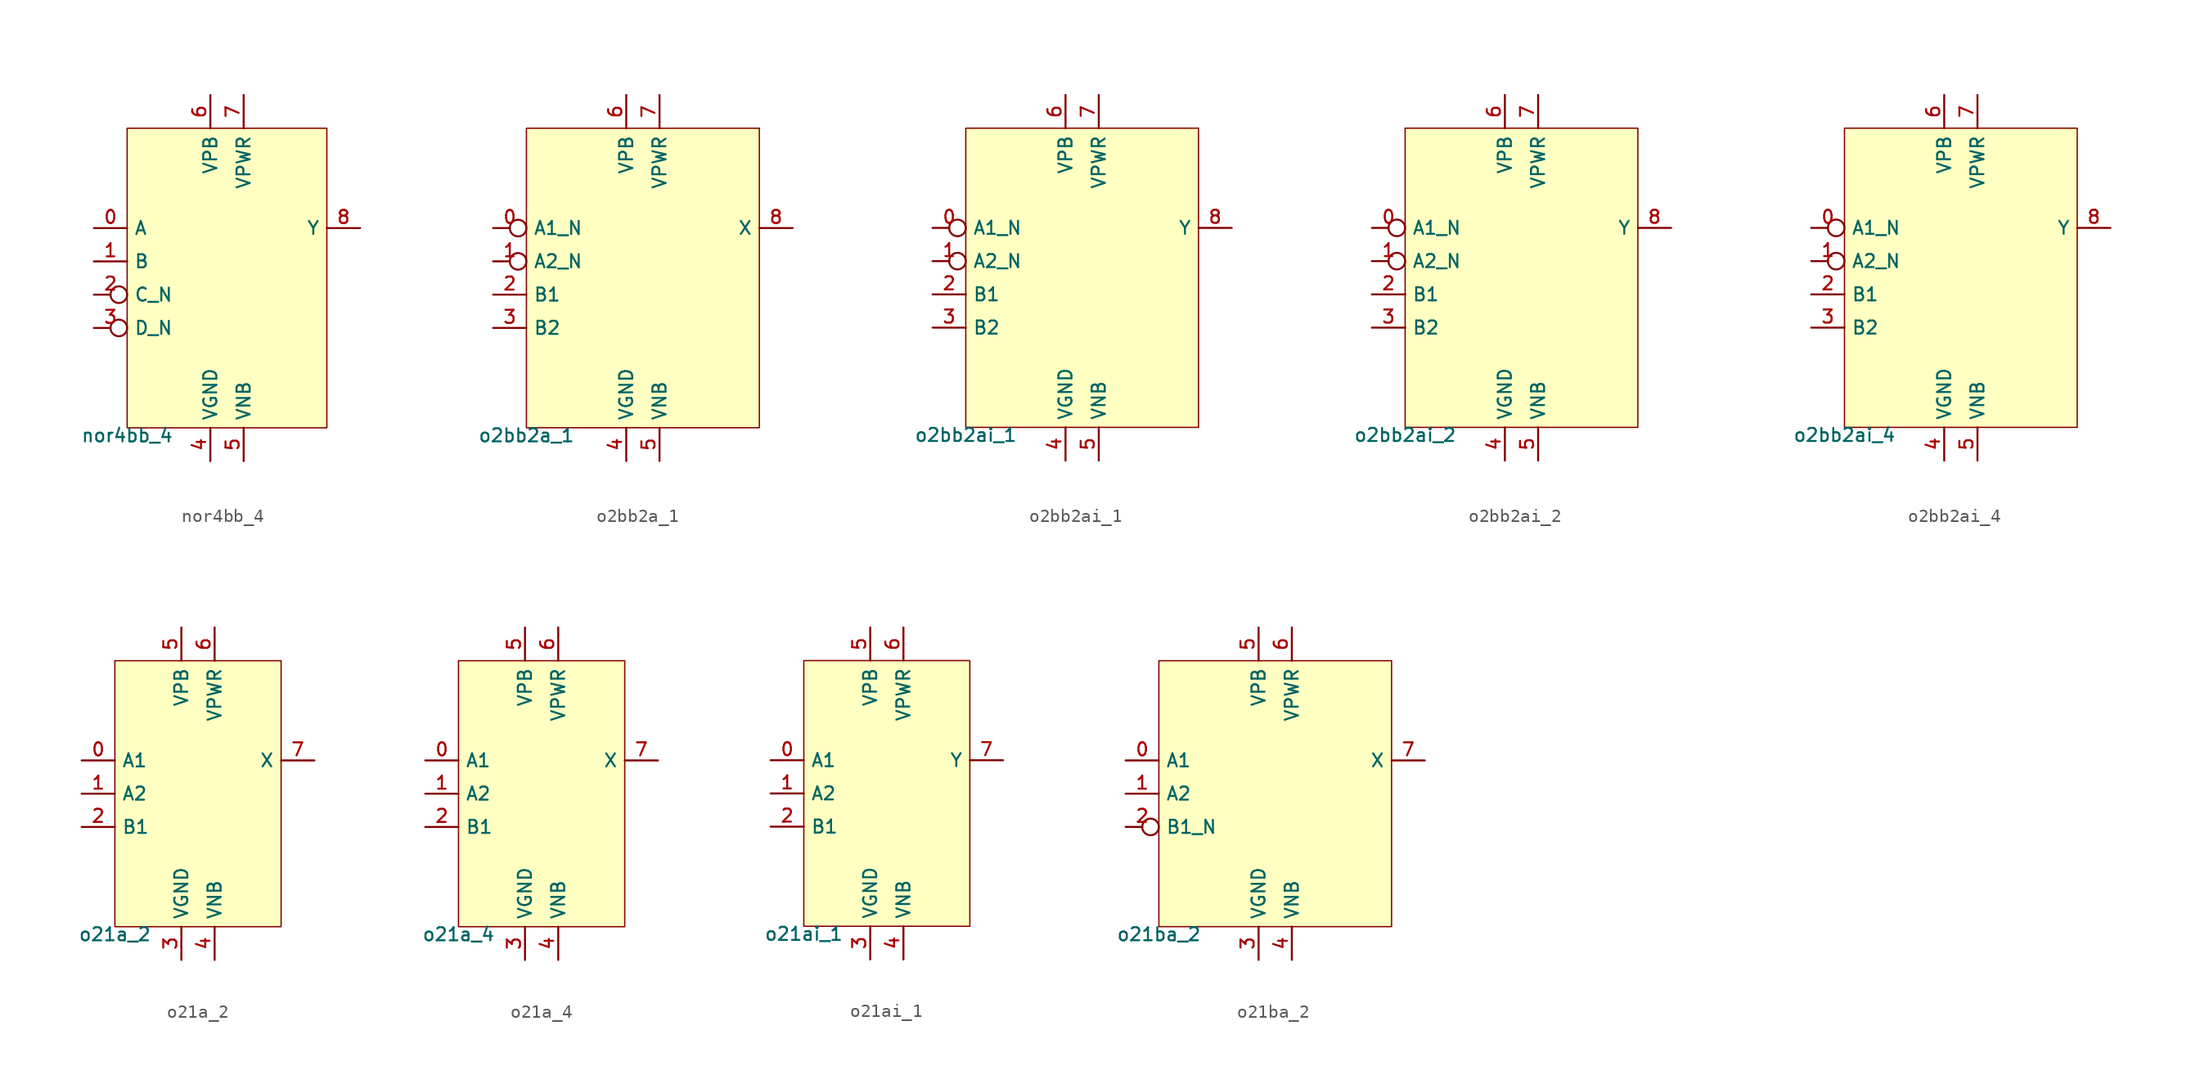
<source format=kicad_sym>
(kicad_symbol_lib
  (version 20211014)
  (generator pdk2kicad)
  (symbol "nor4bb_4"
    (property "Reference" "X"
      (at 0 0 0)
      (effects (font (size 1 1)) hide))
    (property "Value" "nor4bb_4"
      (at -7.62 -11.43 0)
      (effects (font (size 1 1)) (justify top)))
    (rectangle
      (start -7.62 -11.43)
      (end 7.62 11.43)
      (stroke (width 0.1) (type solid) (color 0 0 0 0))
      (fill (type background)))
    (pin input line
      (at -10.16 3.81 0)
      (length 2.54)
      (name "A" (effects (font (size 1 1)) hide))
      (number "0" (effects (font (size 1 1)) hide)))
    (pin input line
      (at -10.16 1.27 0)
      (length 2.54)
      (name "B" (effects (font (size 1 1)) hide))
      (number "1" (effects (font (size 1 1)) hide)))
    (pin input inverted
      (at -10.16 -1.27 0)
      (length 2.54)
      (name "C_N" (effects (font (size 1 1)) hide))
      (number "2" (effects (font (size 1 1)) hide)))
    (pin input inverted
      (at -10.16 -3.81 0)
      (length 2.54)
      (name "D_N" (effects (font (size 1 1)) hide))
      (number "3" (effects (font (size 1 1)) hide)))
    (pin power_in line
      (at -1.27 -13.97 90)
      (length 2.54)
      (name "VGND" (effects (font (size 1 1)) hide))
      (number "4" (effects (font (size 1 1)) hide)))
    (pin power_in line
      (at 1.27 -13.97 90)
      (length 2.54)
      (name "VNB" (effects (font (size 1 1)) hide))
      (number "5" (effects (font (size 1 1)) hide)))
    (pin power_in line
      (at -1.27 13.97 270)
      (length 2.54)
      (name "VPB" (effects (font (size 1 1)) hide))
      (number "6" (effects (font (size 1 1)) hide)))
    (pin power_in line
      (at 1.27 13.97 270)
      (length 2.54)
      (name "VPWR" (effects (font (size 1 1)) hide))
      (number "7" (effects (font (size 1 1)) hide)))
    (pin output line
      (at 10.16 3.81 180)
      (length 2.54)
      (name "Y" (effects (font (size 1 1)) hide))
      (number "8" (effects (font (size 1 1)) hide))))
  (symbol "o2bb2a_1"
    (property "Reference" "X"
      (at 0 0 0)
      (effects (font (size 1 1)) hide))
    (property "Value" "o2bb2a_1"
      (at -8.89 -11.43 0)
      (effects (font (size 1 1)) (justify top)))
    (rectangle
      (start -8.89 -11.43)
      (end 8.89 11.43)
      (stroke (width 0.1) (type solid) (color 0 0 0 0))
      (fill (type background)))
    (pin input inverted
      (at -11.43 3.81 0)
      (length 2.54)
      (name "A1_N" (effects (font (size 1 1)) hide))
      (number "0" (effects (font (size 1 1)) hide)))
    (pin input inverted
      (at -11.43 1.27 0)
      (length 2.54)
      (name "A2_N" (effects (font (size 1 1)) hide))
      (number "1" (effects (font (size 1 1)) hide)))
    (pin input line
      (at -11.43 -1.27 0)
      (length 2.54)
      (name "B1" (effects (font (size 1 1)) hide))
      (number "2" (effects (font (size 1 1)) hide)))
    (pin input line
      (at -11.43 -3.81 0)
      (length 2.54)
      (name "B2" (effects (font (size 1 1)) hide))
      (number "3" (effects (font (size 1 1)) hide)))
    (pin power_in line
      (at -1.27 -13.97 90)
      (length 2.54)
      (name "VGND" (effects (font (size 1 1)) hide))
      (number "4" (effects (font (size 1 1)) hide)))
    (pin power_in line
      (at 1.27 -13.97 90)
      (length 2.54)
      (name "VNB" (effects (font (size 1 1)) hide))
      (number "5" (effects (font (size 1 1)) hide)))
    (pin power_in line
      (at -1.27 13.97 270)
      (length 2.54)
      (name "VPB" (effects (font (size 1 1)) hide))
      (number "6" (effects (font (size 1 1)) hide)))
    (pin power_in line
      (at 1.27 13.97 270)
      (length 2.54)
      (name "VPWR" (effects (font (size 1 1)) hide))
      (number "7" (effects (font (size 1 1)) hide)))
    (pin output line
      (at 11.43 3.81 180)
      (length 2.54)
      (name "X" (effects (font (size 1 1)) hide))
      (number "8" (effects (font (size 1 1)) hide))))
  (symbol "o2bb2ai_1"
    (property "Reference" "X"
      (at 0 0 0)
      (effects (font (size 1 1)) hide))
    (property "Value" "o2bb2ai_1"
      (at -8.89 -11.43 0)
      (effects (font (size 1 1)) (justify top)))
    (rectangle
      (start -8.89 -11.43)
      (end 8.89 11.43)
      (stroke (width 0.1) (type solid) (color 0 0 0 0))
      (fill (type background)))
    (pin input inverted
      (at -11.43 3.81 0)
      (length 2.54)
      (name "A1_N" (effects (font (size 1 1)) hide))
      (number "0" (effects (font (size 1 1)) hide)))
    (pin input inverted
      (at -11.43 1.27 0)
      (length 2.54)
      (name "A2_N" (effects (font (size 1 1)) hide))
      (number "1" (effects (font (size 1 1)) hide)))
    (pin input line
      (at -11.43 -1.27 0)
      (length 2.54)
      (name "B1" (effects (font (size 1 1)) hide))
      (number "2" (effects (font (size 1 1)) hide)))
    (pin input line
      (at -11.43 -3.81 0)
      (length 2.54)
      (name "B2" (effects (font (size 1 1)) hide))
      (number "3" (effects (font (size 1 1)) hide)))
    (pin power_in line
      (at -1.27 -13.97 90)
      (length 2.54)
      (name "VGND" (effects (font (size 1 1)) hide))
      (number "4" (effects (font (size 1 1)) hide)))
    (pin power_in line
      (at 1.27 -13.97 90)
      (length 2.54)
      (name "VNB" (effects (font (size 1 1)) hide))
      (number "5" (effects (font (size 1 1)) hide)))
    (pin power_in line
      (at -1.27 13.97 270)
      (length 2.54)
      (name "VPB" (effects (font (size 1 1)) hide))
      (number "6" (effects (font (size 1 1)) hide)))
    (pin power_in line
      (at 1.27 13.97 270)
      (length 2.54)
      (name "VPWR" (effects (font (size 1 1)) hide))
      (number "7" (effects (font (size 1 1)) hide)))
    (pin output line
      (at 11.43 3.81 180)
      (length 2.54)
      (name "Y" (effects (font (size 1 1)) hide))
      (number "8" (effects (font (size 1 1)) hide))))
  (symbol "o2bb2ai_2"
    (property "Reference" "X"
      (at 0 0 0)
      (effects (font (size 1 1)) hide))
    (property "Value" "o2bb2ai_2"
      (at -8.89 -11.43 0)
      (effects (font (size 1 1)) (justify top)))
    (rectangle
      (start -8.89 -11.43)
      (end 8.89 11.43)
      (stroke (width 0.1) (type solid) (color 0 0 0 0))
      (fill (type background)))
    (pin input inverted
      (at -11.43 3.81 0)
      (length 2.54)
      (name "A1_N" (effects (font (size 1 1)) hide))
      (number "0" (effects (font (size 1 1)) hide)))
    (pin input inverted
      (at -11.43 1.27 0)
      (length 2.54)
      (name "A2_N" (effects (font (size 1 1)) hide))
      (number "1" (effects (font (size 1 1)) hide)))
    (pin input line
      (at -11.43 -1.27 0)
      (length 2.54)
      (name "B1" (effects (font (size 1 1)) hide))
      (number "2" (effects (font (size 1 1)) hide)))
    (pin input line
      (at -11.43 -3.81 0)
      (length 2.54)
      (name "B2" (effects (font (size 1 1)) hide))
      (number "3" (effects (font (size 1 1)) hide)))
    (pin power_in line
      (at -1.27 -13.97 90)
      (length 2.54)
      (name "VGND" (effects (font (size 1 1)) hide))
      (number "4" (effects (font (size 1 1)) hide)))
    (pin power_in line
      (at 1.27 -13.97 90)
      (length 2.54)
      (name "VNB" (effects (font (size 1 1)) hide))
      (number "5" (effects (font (size 1 1)) hide)))
    (pin power_in line
      (at -1.27 13.97 270)
      (length 2.54)
      (name "VPB" (effects (font (size 1 1)) hide))
      (number "6" (effects (font (size 1 1)) hide)))
    (pin power_in line
      (at 1.27 13.97 270)
      (length 2.54)
      (name "VPWR" (effects (font (size 1 1)) hide))
      (number "7" (effects (font (size 1 1)) hide)))
    (pin output line
      (at 11.43 3.81 180)
      (length 2.54)
      (name "Y" (effects (font (size 1 1)) hide))
      (number "8" (effects (font (size 1 1)) hide))))
  (symbol "o2bb2ai_4"
    (property "Reference" "X"
      (at 0 0 0)
      (effects (font (size 1 1)) hide))
    (property "Value" "o2bb2ai_4"
      (at -8.89 -11.43 0)
      (effects (font (size 1 1)) (justify top)))
    (rectangle
      (start -8.89 -11.43)
      (end 8.89 11.43)
      (stroke (width 0.1) (type solid) (color 0 0 0 0))
      (fill (type background)))
    (pin input inverted
      (at -11.43 3.81 0)
      (length 2.54)
      (name "A1_N" (effects (font (size 1 1)) hide))
      (number "0" (effects (font (size 1 1)) hide)))
    (pin input inverted
      (at -11.43 1.27 0)
      (length 2.54)
      (name "A2_N" (effects (font (size 1 1)) hide))
      (number "1" (effects (font (size 1 1)) hide)))
    (pin input line
      (at -11.43 -1.27 0)
      (length 2.54)
      (name "B1" (effects (font (size 1 1)) hide))
      (number "2" (effects (font (size 1 1)) hide)))
    (pin input line
      (at -11.43 -3.81 0)
      (length 2.54)
      (name "B2" (effects (font (size 1 1)) hide))
      (number "3" (effects (font (size 1 1)) hide)))
    (pin power_in line
      (at -1.27 -13.97 90)
      (length 2.54)
      (name "VGND" (effects (font (size 1 1)) hide))
      (number "4" (effects (font (size 1 1)) hide)))
    (pin power_in line
      (at 1.27 -13.97 90)
      (length 2.54)
      (name "VNB" (effects (font (size 1 1)) hide))
      (number "5" (effects (font (size 1 1)) hide)))
    (pin power_in line
      (at -1.27 13.97 270)
      (length 2.54)
      (name "VPB" (effects (font (size 1 1)) hide))
      (number "6" (effects (font (size 1 1)) hide)))
    (pin power_in line
      (at 1.27 13.97 270)
      (length 2.54)
      (name "VPWR" (effects (font (size 1 1)) hide))
      (number "7" (effects (font (size 1 1)) hide)))
    (pin output line
      (at 11.43 3.81 180)
      (length 2.54)
      (name "Y" (effects (font (size 1 1)) hide))
      (number "8" (effects (font (size 1 1)) hide))))
  (symbol "o21a_2"
    (property "Reference" "X"
      (at 0 0 0)
      (effects (font (size 1 1)) hide))
    (property "Value" "o21a_2"
      (at -6.35 -10.16 0)
      (effects (font (size 1 1)) (justify top)))
    (rectangle
      (start -6.35 -10.16)
      (end 6.35 10.16)
      (stroke (width 0.1) (type solid) (color 0 0 0 0))
      (fill (type background)))
    (pin input line
      (at -8.89 2.54 0)
      (length 2.54)
      (name "A1" (effects (font (size 1 1)) hide))
      (number "0" (effects (font (size 1 1)) hide)))
    (pin input line
      (at -8.89 0.0 0)
      (length 2.54)
      (name "A2" (effects (font (size 1 1)) hide))
      (number "1" (effects (font (size 1 1)) hide)))
    (pin input line
      (at -8.89 -2.54 0)
      (length 2.54)
      (name "B1" (effects (font (size 1 1)) hide))
      (number "2" (effects (font (size 1 1)) hide)))
    (pin power_in line
      (at -1.27 -12.7 90)
      (length 2.54)
      (name "VGND" (effects (font (size 1 1)) hide))
      (number "3" (effects (font (size 1 1)) hide)))
    (pin power_in line
      (at 1.27 -12.7 90)
      (length 2.54)
      (name "VNB" (effects (font (size 1 1)) hide))
      (number "4" (effects (font (size 1 1)) hide)))
    (pin power_in line
      (at -1.27 12.7 270)
      (length 2.54)
      (name "VPB" (effects (font (size 1 1)) hide))
      (number "5" (effects (font (size 1 1)) hide)))
    (pin power_in line
      (at 1.27 12.7 270)
      (length 2.54)
      (name "VPWR" (effects (font (size 1 1)) hide))
      (number "6" (effects (font (size 1 1)) hide)))
    (pin output line
      (at 8.89 2.54 180)
      (length 2.54)
      (name "X" (effects (font (size 1 1)) hide))
      (number "7" (effects (font (size 1 1)) hide))))
  (symbol "o21a_4"
    (property "Reference" "X"
      (at 0 0 0)
      (effects (font (size 1 1)) hide))
    (property "Value" "o21a_4"
      (at -6.35 -10.16 0)
      (effects (font (size 1 1)) (justify top)))
    (rectangle
      (start -6.35 -10.16)
      (end 6.35 10.16)
      (stroke (width 0.1) (type solid) (color 0 0 0 0))
      (fill (type background)))
    (pin input line
      (at -8.89 2.54 0)
      (length 2.54)
      (name "A1" (effects (font (size 1 1)) hide))
      (number "0" (effects (font (size 1 1)) hide)))
    (pin input line
      (at -8.89 0.0 0)
      (length 2.54)
      (name "A2" (effects (font (size 1 1)) hide))
      (number "1" (effects (font (size 1 1)) hide)))
    (pin input line
      (at -8.89 -2.54 0)
      (length 2.54)
      (name "B1" (effects (font (size 1 1)) hide))
      (number "2" (effects (font (size 1 1)) hide)))
    (pin power_in line
      (at -1.27 -12.7 90)
      (length 2.54)
      (name "VGND" (effects (font (size 1 1)) hide))
      (number "3" (effects (font (size 1 1)) hide)))
    (pin power_in line
      (at 1.27 -12.7 90)
      (length 2.54)
      (name "VNB" (effects (font (size 1 1)) hide))
      (number "4" (effects (font (size 1 1)) hide)))
    (pin power_in line
      (at -1.27 12.7 270)
      (length 2.54)
      (name "VPB" (effects (font (size 1 1)) hide))
      (number "5" (effects (font (size 1 1)) hide)))
    (pin power_in line
      (at 1.27 12.7 270)
      (length 2.54)
      (name "VPWR" (effects (font (size 1 1)) hide))
      (number "6" (effects (font (size 1 1)) hide)))
    (pin output line
      (at 8.89 2.54 180)
      (length 2.54)
      (name "X" (effects (font (size 1 1)) hide))
      (number "7" (effects (font (size 1 1)) hide))))
  (symbol "o21ai_1"
    (property "Reference" "X"
      (at 0 0 0)
      (effects (font (size 1 1)) hide))
    (property "Value" "o21ai_1"
      (at -6.35 -10.16 0)
      (effects (font (size 1 1)) (justify top)))
    (rectangle
      (start -6.35 -10.16)
      (end 6.35 10.16)
      (stroke (width 0.1) (type solid) (color 0 0 0 0))
      (fill (type background)))
    (pin input line
      (at -8.89 2.54 0)
      (length 2.54)
      (name "A1" (effects (font (size 1 1)) hide))
      (number "0" (effects (font (size 1 1)) hide)))
    (pin input line
      (at -8.89 0.0 0)
      (length 2.54)
      (name "A2" (effects (font (size 1 1)) hide))
      (number "1" (effects (font (size 1 1)) hide)))
    (pin input line
      (at -8.89 -2.54 0)
      (length 2.54)
      (name "B1" (effects (font (size 1 1)) hide))
      (number "2" (effects (font (size 1 1)) hide)))
    (pin power_in line
      (at -1.27 -12.7 90)
      (length 2.54)
      (name "VGND" (effects (font (size 1 1)) hide))
      (number "3" (effects (font (size 1 1)) hide)))
    (pin power_in line
      (at 1.27 -12.7 90)
      (length 2.54)
      (name "VNB" (effects (font (size 1 1)) hide))
      (number "4" (effects (font (size 1 1)) hide)))
    (pin power_in line
      (at -1.27 12.7 270)
      (length 2.54)
      (name "VPB" (effects (font (size 1 1)) hide))
      (number "5" (effects (font (size 1 1)) hide)))
    (pin power_in line
      (at 1.27 12.7 270)
      (length 2.54)
      (name "VPWR" (effects (font (size 1 1)) hide))
      (number "6" (effects (font (size 1 1)) hide)))
    (pin output line
      (at 8.89 2.54 180)
      (length 2.54)
      (name "Y" (effects (font (size 1 1)) hide))
      (number "7" (effects (font (size 1 1)) hide))))
  (symbol "o21ba_2"
    (property "Reference" "X"
      (at 0 0 0)
      (effects (font (size 1 1)) hide))
    (property "Value" "o21ba_2"
      (at -8.89 -10.16 0)
      (effects (font (size 1 1)) (justify top)))
    (rectangle
      (start -8.89 -10.16)
      (end 8.89 10.16)
      (stroke (width 0.1) (type solid) (color 0 0 0 0))
      (fill (type background)))
    (pin input line
      (at -11.43 2.54 0)
      (length 2.54)
      (name "A1" (effects (font (size 1 1)) hide))
      (number "0" (effects (font (size 1 1)) hide)))
    (pin input line
      (at -11.43 0.0 0)
      (length 2.54)
      (name "A2" (effects (font (size 1 1)) hide))
      (number "1" (effects (font (size 1 1)) hide)))
    (pin input inverted
      (at -11.43 -2.54 0)
      (length 2.54)
      (name "B1_N" (effects (font (size 1 1)) hide))
      (number "2" (effects (font (size 1 1)) hide)))
    (pin power_in line
      (at -1.27 -12.7 90)
      (length 2.54)
      (name "VGND" (effects (font (size 1 1)) hide))
      (number "3" (effects (font (size 1 1)) hide)))
    (pin power_in line
      (at 1.27 -12.7 90)
      (length 2.54)
      (name "VNB" (effects (font (size 1 1)) hide))
      (number "4" (effects (font (size 1 1)) hide)))
    (pin power_in line
      (at -1.27 12.7 270)
      (length 2.54)
      (name "VPB" (effects (font (size 1 1)) hide))
      (number "5" (effects (font (size 1 1)) hide)))
    (pin power_in line
      (at 1.27 12.7 270)
      (length 2.54)
      (name "VPWR" (effects (font (size 1 1)) hide))
      (number "6" (effects (font (size 1 1)) hide)))
    (pin output line
      (at 11.43 2.54 180)
      (length 2.54)
      (name "X" (effects (font (size 1 1)) hide))
      (number "7" (effects (font (size 1 1)) hide)))))
</source>
